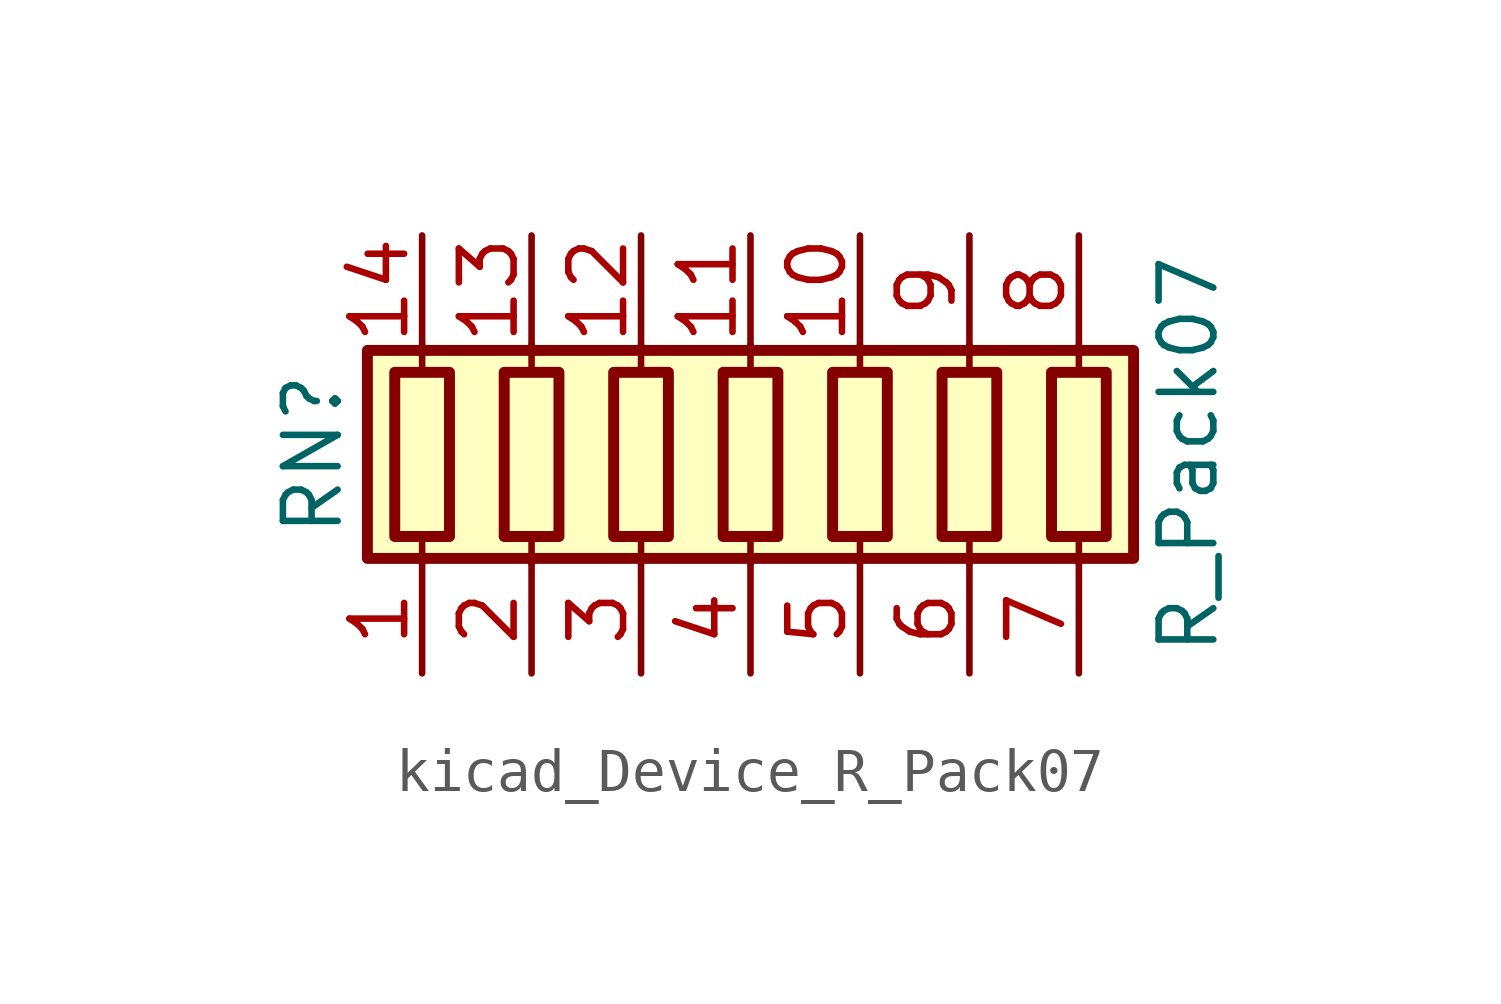
<source format=kicad_sym>
(kicad_symbol_lib
  (version 20220914)
  (generator kicad_symbol_editor)
  (symbol "kicad_Device_R_Pack07"
    (pin_names
      (offset 0) hide)
    (property "Reference" "RN"
      (at -10.16 0 90)
      (effects (font (size 1.27 1.27))))
    (property "Value" "R_Pack07"
      (at 10.16 0 90)
      (effects (font (size 1.27 1.27))))
    (symbol "kicad_Device_R_Pack07_0_1"
      (rectangle (start -8.89 -2.413) (end 8.89 2.413) (stroke (width 0.254) (type default)) (fill (type background)))
      (rectangle (start -8.255 1.905) (end -6.985 -1.905) (stroke (width 0.254) (type default)) (fill (type none)))
      (rectangle (start -5.715 1.905) (end -4.445 -1.905) (stroke (width 0.254) (type default)) (fill (type none)))
      (rectangle (start -3.175 1.905) (end -1.905 -1.905) (stroke (width 0.254) (type default)) (fill (type none)))
      (rectangle (start -0.635 1.905) (end 0.635 -1.905) (stroke (width 0.254) (type default)) (fill (type none)))
      (polyline (pts (xy -7.62 -2.54) (xy -7.62 -1.905)) (stroke (width 0) (type default)) (fill (type none)))
      (polyline (pts (xy -7.62 1.905) (xy -7.62 2.54)) (stroke (width 0) (type default)) (fill (type none)))
      (polyline (pts (xy -5.08 -2.54) (xy -5.08 -1.905)) (stroke (width 0) (type default)) (fill (type none)))
      (polyline (pts (xy -5.08 1.905) (xy -5.08 2.54)) (stroke (width 0) (type default)) (fill (type none)))
      (polyline (pts (xy -2.54 -2.54) (xy -2.54 -1.905)) (stroke (width 0) (type default)) (fill (type none)))
      (polyline (pts (xy -2.54 1.905) (xy -2.54 2.54)) (stroke (width 0) (type default)) (fill (type none)))
      (polyline (pts (xy 0 -2.54) (xy 0 -1.905)) (stroke (width 0) (type default)) (fill (type none)))
      (polyline (pts (xy 0 1.905) (xy 0 2.54)) (stroke (width 0) (type default)) (fill (type none)))
      (polyline (pts (xy 2.54 -2.54) (xy 2.54 -1.905)) (stroke (width 0) (type default)) (fill (type none)))
      (polyline (pts (xy 2.54 1.905) (xy 2.54 2.54)) (stroke (width 0) (type default)) (fill (type none)))
      (polyline (pts (xy 5.08 -2.54) (xy 5.08 -1.905)) (stroke (width 0) (type default)) (fill (type none)))
      (polyline (pts (xy 5.08 1.905) (xy 5.08 2.54)) (stroke (width 0) (type default)) (fill (type none)))
      (polyline (pts (xy 7.62 -2.54) (xy 7.62 -1.905)) (stroke (width 0) (type default)) (fill (type none)))
      (polyline (pts (xy 7.62 1.905) (xy 7.62 2.54)) (stroke (width 0) (type default)) (fill (type none)))
      (rectangle (start 1.905 1.905) (end 3.175 -1.905) (stroke (width 0.254) (type default)) (fill (type none)))
      (rectangle (start 4.445 1.905) (end 5.715 -1.905) (stroke (width 0.254) (type default)) (fill (type none)))
      (rectangle (start 6.985 1.905) (end 8.255 -1.905) (stroke (width 0.254) (type default)) (fill (type none))))
    (symbol "kicad_Device_R_Pack07_1_1"
      (pin passive line (at -7.62 -5.08 90) (length 2.54) (name "R1.1" (effects (font (size 1.27 1.27)))) (number "1" (effects (font (size 1.27 1.27)))))
      (pin passive line (at 2.54 5.08 270) (length 2.54) (name "R5.2" (effects (font (size 1.27 1.27)))) (number "10" (effects (font (size 1.27 1.27)))))
      (pin passive line (at 0 5.08 270) (length 2.54) (name "R4.2" (effects (font (size 1.27 1.27)))) (number "11" (effects (font (size 1.27 1.27)))))
      (pin passive line (at -2.54 5.08 270) (length 2.54) (name "R3.2" (effects (font (size 1.27 1.27)))) (number "12" (effects (font (size 1.27 1.27)))))
      (pin passive line (at -5.08 5.08 270) (length 2.54) (name "R2.2" (effects (font (size 1.27 1.27)))) (number "13" (effects (font (size 1.27 1.27)))))
      (pin passive line (at -7.62 5.08 270) (length 2.54) (name "R1.2" (effects (font (size 1.27 1.27)))) (number "14" (effects (font (size 1.27 1.27)))))
      (pin passive line (at -5.08 -5.08 90) (length 2.54) (name "R2.1" (effects (font (size 1.27 1.27)))) (number "2" (effects (font (size 1.27 1.27)))))
      (pin passive line (at -2.54 -5.08 90) (length 2.54) (name "R3.1" (effects (font (size 1.27 1.27)))) (number "3" (effects (font (size 1.27 1.27)))))
      (pin passive line (at 0 -5.08 90) (length 2.54) (name "R4.1" (effects (font (size 1.27 1.27)))) (number "4" (effects (font (size 1.27 1.27)))))
      (pin passive line (at 2.54 -5.08 90) (length 2.54) (name "R5.1" (effects (font (size 1.27 1.27)))) (number "5" (effects (font (size 1.27 1.27)))))
      (pin passive line (at 5.08 -5.08 90) (length 2.54) (name "R6.1" (effects (font (size 1.27 1.27)))) (number "6" (effects (font (size 1.27 1.27)))))
      (pin passive line (at 7.62 -5.08 90) (length 2.54) (name "R7.1" (effects (font (size 1.27 1.27)))) (number "7" (effects (font (size 1.27 1.27)))))
      (pin passive line (at 7.62 5.08 270) (length 2.54) (name "R7.2" (effects (font (size 1.27 1.27)))) (number "8" (effects (font (size 1.27 1.27)))))
      (pin passive line (at 5.08 5.08 270) (length 2.54) (name "R6.2" (effects (font (size 1.27 1.27)))) (number "9" (effects (font (size 1.27 1.27))))))))
</source>
